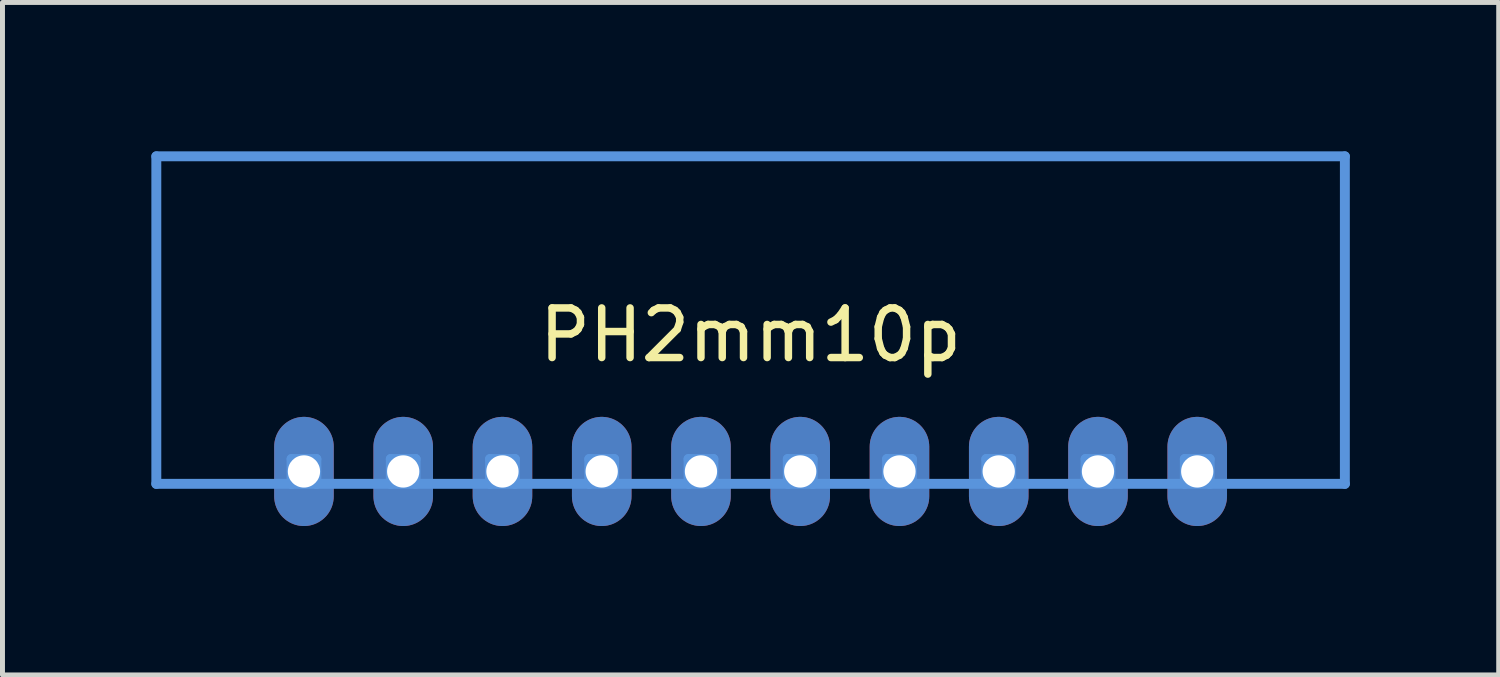
<source format=kicad_pcb>
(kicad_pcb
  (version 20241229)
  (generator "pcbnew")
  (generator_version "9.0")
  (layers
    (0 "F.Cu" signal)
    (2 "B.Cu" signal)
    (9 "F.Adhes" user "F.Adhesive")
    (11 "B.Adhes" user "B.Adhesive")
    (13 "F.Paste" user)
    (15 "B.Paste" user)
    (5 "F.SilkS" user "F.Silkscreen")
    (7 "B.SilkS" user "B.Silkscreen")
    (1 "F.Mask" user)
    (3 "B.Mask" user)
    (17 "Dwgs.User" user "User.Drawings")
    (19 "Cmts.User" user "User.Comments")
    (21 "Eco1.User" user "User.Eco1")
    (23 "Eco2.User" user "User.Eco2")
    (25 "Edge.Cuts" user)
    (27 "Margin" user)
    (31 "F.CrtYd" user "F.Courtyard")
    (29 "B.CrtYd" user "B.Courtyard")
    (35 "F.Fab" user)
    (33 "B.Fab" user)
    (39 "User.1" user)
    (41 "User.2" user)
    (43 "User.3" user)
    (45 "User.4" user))
  (footprint "PH2mm10p"
    (layer "F.Cu")
    (at 12.075 3.2)
    (property "Reference" "PH2mm10p" (at 0 0.5 0) (layer "F.SilkS") (effects (font (size 1 1) (thickness 0.15))))
    (attr through_hole)
    (fp_line (start -11.975 -3.1) (end 11.975 -3.1) (stroke (width 0.2) (type solid)) (layer "Cmts.User"))
    (fp_line (start -11.975 3.5) (end -11.975 -3.1) (stroke (width 0.2) (type solid)) (layer "Cmts.User"))
    (fp_line (start -11.975 3.5) (end -9.25 3.5) (stroke (width 0.2) (type solid)) (layer "Cmts.User"))
    (fp_line (start -9.25 3) (end -9.25 3.5) (stroke (width 0.2) (type solid)) (layer "Cmts.User"))
    (fp_line (start -9.25 3.5) (end -8.75 3.5) (stroke (width 0.2) (type solid)) (layer "Cmts.User"))
    (fp_line (start -8.75 3.5) (end -7.25 3.5) (stroke (width 0.2) (type solid)) (layer "Cmts.User"))
    (fp_line (start -8.75 3) (end -9.25 3) (stroke (width 0.2) (type solid)) (layer "Cmts.User"))
    (fp_line (start -8.75 3.5) (end -8.75 3) (stroke (width 0.2) (type solid)) (layer "Cmts.User"))
    (fp_line (start -7.25 3) (end -7.25 3.5) (stroke (width 0.2) (type solid)) (layer "Cmts.User"))
    (fp_line (start -7.25 3.5) (end -6.75 3.5) (stroke (width 0.2) (type solid)) (layer "Cmts.User"))
    (fp_line (start -6.75 3.5) (end -5.25 3.5) (stroke (width 0.2) (type solid)) (layer "Cmts.User"))
    (fp_line (start -6.75 3) (end -7.25 3) (stroke (width 0.2) (type solid)) (layer "Cmts.User"))
    (fp_line (start -6.75 3.5) (end -6.75 3) (stroke (width 0.2) (type solid)) (layer "Cmts.User"))
    (fp_line (start -5.25 3) (end -5.25 3.5) (stroke (width 0.2) (type solid)) (layer "Cmts.User"))
    (fp_line (start -5.25 3.5) (end -4.75 3.5) (stroke (width 0.2) (type solid)) (layer "Cmts.User"))
    (fp_line (start -4.75 3.5) (end -3.25 3.5) (stroke (width 0.2) (type solid)) (layer "Cmts.User"))
    (fp_line (start -4.75 3) (end -5.25 3) (stroke (width 0.2) (type solid)) (layer "Cmts.User"))
    (fp_line (start -4.75 3.5) (end -4.75 3) (stroke (width 0.2) (type solid)) (layer "Cmts.User"))
    (fp_line (start -3.25 3) (end -3.25 3.5) (stroke (width 0.2) (type solid)) (layer "Cmts.User"))
    (fp_line (start -3.25 3.5) (end -2.75 3.5) (stroke (width 0.2) (type solid)) (layer "Cmts.User"))
    (fp_line (start -2.75 3) (end -3.25 3) (stroke (width 0.2) (type solid)) (layer "Cmts.User"))
    (fp_line (start -2.75 3.5) (end -2.75 3) (stroke (width 0.2) (type solid)) (layer "Cmts.User"))
    (fp_line (start -2.75 3.5) (end -1.25 3.5) (stroke (width 0.2) (type solid)) (layer "Cmts.User"))
    (fp_line (start -1.25 3) (end -1.25 3.5) (stroke (width 0.2) (type solid)) (layer "Cmts.User"))
    (fp_line (start -1.25 3.5) (end -0.75 3.5) (stroke (width 0.2) (type solid)) (layer "Cmts.User"))
    (fp_line (start -0.75 3) (end -1.25 3) (stroke (width 0.2) (type solid)) (layer "Cmts.User"))
    (fp_line (start -0.75 3.5) (end -0.75 3) (stroke (width 0.2) (type solid)) (layer "Cmts.User"))
    (fp_line (start -0.75 3.5) (end 0.75 3.5) (stroke (width 0.2) (type solid)) (layer "Cmts.User"))
    (fp_line (start 0.75 3) (end 0.75 3.5) (stroke (width 0.2) (type solid)) (layer "Cmts.User"))
    (fp_line (start 0.75 3.5) (end 1.25 3.5) (stroke (width 0.2) (type solid)) (layer "Cmts.User"))
    (fp_line (start 1.25 3) (end 0.75 3) (stroke (width 0.2) (type solid)) (layer "Cmts.User"))
    (fp_line (start 1.25 3.5) (end 1.25 3) (stroke (width 0.2) (type solid)) (layer "Cmts.User"))
    (fp_line (start 1.25 3.5) (end 2.75 3.5) (stroke (width 0.2) (type solid)) (layer "Cmts.User"))
    (fp_line (start 2.75 3) (end 2.75 3.5) (stroke (width 0.2) (type solid)) (layer "Cmts.User"))
    (fp_line (start 2.75 3.5) (end 3.25 3.5) (stroke (width 0.2) (type solid)) (layer "Cmts.User"))
    (fp_line (start 3.25 3) (end 2.75 3) (stroke (width 0.2) (type solid)) (layer "Cmts.User"))
    (fp_line (start 3.25 3.5) (end 3.25 3) (stroke (width 0.2) (type solid)) (layer "Cmts.User"))
    (fp_line (start 3.25 3.5) (end 4.75 3.5) (stroke (width 0.2) (type solid)) (layer "Cmts.User"))
    (fp_line (start 4.75 3) (end 4.75 3.5) (stroke (width 0.2) (type solid)) (layer "Cmts.User"))
    (fp_line (start 4.75 3.5) (end 5.25 3.5) (stroke (width 0.2) (type solid)) (layer "Cmts.User"))
    (fp_line (start 5.25 3.5) (end 6.75 3.5) (stroke (width 0.2) (type solid)) (layer "Cmts.User"))
    (fp_line (start 5.25 3) (end 4.75 3) (stroke (width 0.2) (type solid)) (layer "Cmts.User"))
    (fp_line (start 5.25 3.5) (end 5.25 3) (stroke (width 0.2) (type solid)) (layer "Cmts.User"))
    (fp_line (start 6.75 3) (end 6.75 3.5) (stroke (width 0.2) (type solid)) (layer "Cmts.User"))
    (fp_line (start 6.75 3.5) (end 7.25 3.5) (stroke (width 0.2) (type solid)) (layer "Cmts.User"))
    (fp_line (start 7.25 3.5) (end 8.75 3.5) (stroke (width 0.2) (type solid)) (layer "Cmts.User"))
    (fp_line (start 7.25 3) (end 6.75 3) (stroke (width 0.2) (type solid)) (layer "Cmts.User"))
    (fp_line (start 7.25 3.5) (end 7.25 3) (stroke (width 0.2) (type solid)) (layer "Cmts.User"))
    (fp_line (start 8.75 3) (end 8.75 3.5) (stroke (width 0.2) (type solid)) (layer "Cmts.User"))
    (fp_line (start 8.75 3.5) (end 9.25 3.5) (stroke (width 0.2) (type solid)) (layer "Cmts.User"))
    (fp_line (start 9.25 3) (end 8.75 3) (stroke (width 0.2) (type solid)) (layer "Cmts.User"))
    (fp_line (start 9.25 3.5) (end 9.25 3) (stroke (width 0.2) (type solid)) (layer "Cmts.User"))
    (fp_line (start 9.25 3.5) (end 11.975 3.5) (stroke (width 0.2) (type solid)) (layer "Cmts.User"))
    (fp_line (start 11.975 3.5) (end 11.975 -3.1) (stroke (width 0.2) (type solid)) (layer "Cmts.User"))
    (pad "1" thru_hole oval (at 9 3.25 270) (size 2.2 1.2) (drill 0.65) (layers "*.Cu" "*.Mask"))
    (pad "2" thru_hole oval (at 7 3.25 90) (size 2.2 1.2) (drill 0.65) (layers "*.Cu" "*.Mask"))
    (pad "3" thru_hole oval (at 5 3.25 90) (size 2.2 1.2) (drill 0.65) (layers "*.Cu" "*.Mask"))
    (pad "4" thru_hole oval (at 3 3.25 90) (size 2.2 1.2) (drill 0.65) (layers "*.Cu" "*.Mask"))
    (pad "5" thru_hole oval (at 1 3.25 90) (size 2.2 1.2) (drill 0.65) (layers "*.Cu" "*.Mask"))
    (pad "6" thru_hole oval (at -1 3.25 90) (size 2.2 1.2) (drill 0.65) (layers "*.Cu" "*.Mask"))
    (pad "7" thru_hole oval (at -3 3.25 90) (size 2.2 1.2) (drill 0.65) (layers "*.Cu" "*.Mask"))
    (pad "8" thru_hole oval (at -5 3.25 90) (size 2.2 1.2) (drill 0.65) (layers "*.Cu" "*.Mask"))
    (pad "9" thru_hole oval (at -7 3.25 90) (size 2.2 1.2) (drill 0.65) (layers "*.Cu" "*.Mask"))
    (pad "10" thru_hole oval (at -9 3.25 90) (size 2.2 1.2) (drill 0.65) (layers "*.Cu" "*.Mask")))
  (gr_rect
    (start -3 -3)
    (end 27.15 10.55)
    (stroke (width 0.1) (type default))
    (fill no)
    (layer "Edge.Cuts")))
</source>
